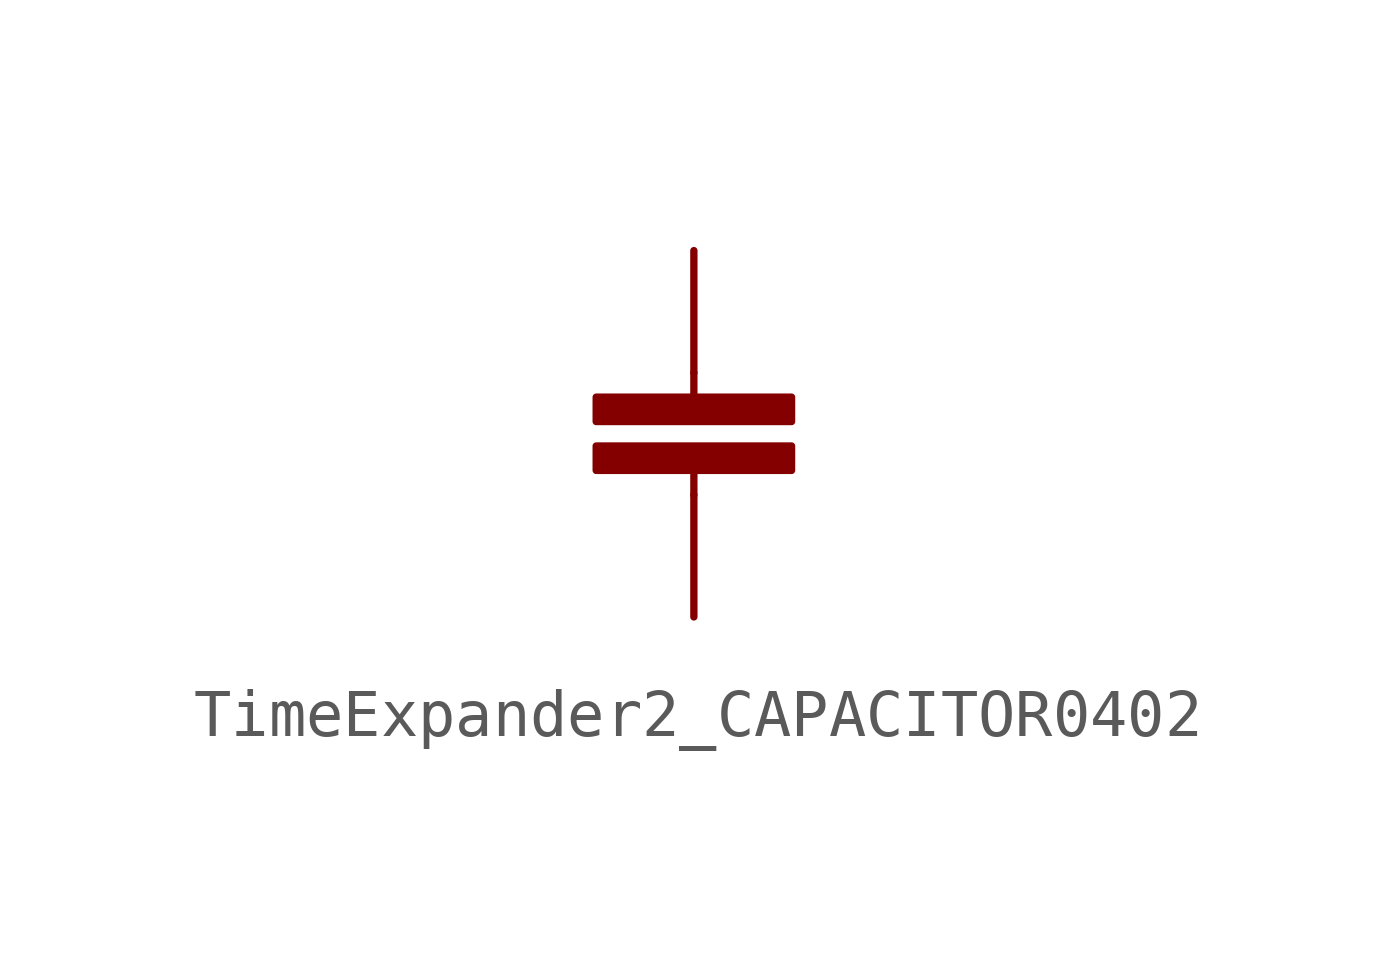
<source format=kicad_sym>
(kicad_symbol_lib
  (version 20231120)
  (generator "kicad_symbol_editor")
  (generator_version "8.0")
  (symbol "TimeExpander2_CAPACITOR0402"
    (property "Reference" ""
      (at 1.778 0.508 0)
      (effects (font (size 1.27 1.079)) (justify left bottom) (hide yes)))
    (property "Value" ""
      (at 1.778 -3.81 0)
      (effects (font (size 1.27 1.079)) (justify left bottom)))
    (property "ki_locked" ""
      (at 0 0 0)
      (effects (font (size 1.27 1.27))))
    (symbol "TimeExpander2_CAPACITOR0402_1_0"
      (rectangle (start -2.032 -2.032) (end 2.032 -1.524) (stroke (width 0) (type default)) (fill (type outline)))
      (rectangle (start -2.032 -1.016) (end 2.032 -0.508) (stroke (width 0) (type default)) (fill (type outline)))
      (polyline (pts (xy 0 -2.54) (xy 0 -2.032)) (stroke (width 0.152) (type solid)) (fill (type none)))
      (polyline (pts (xy 0 0) (xy 0 -0.508)) (stroke (width 0.152) (type solid)) (fill (type none)))
      (pin passive line (at 0 2.54 270) (length 2.54) (name "1" (effects (font (size 0 0)))) (number "P$1" (effects (font (size 0 0)))))
      (pin passive line (at 0 -5.08 90) (length 2.54) (name "2" (effects (font (size 0 0)))) (number "P$2" (effects (font (size 0 0))))))))
</source>
